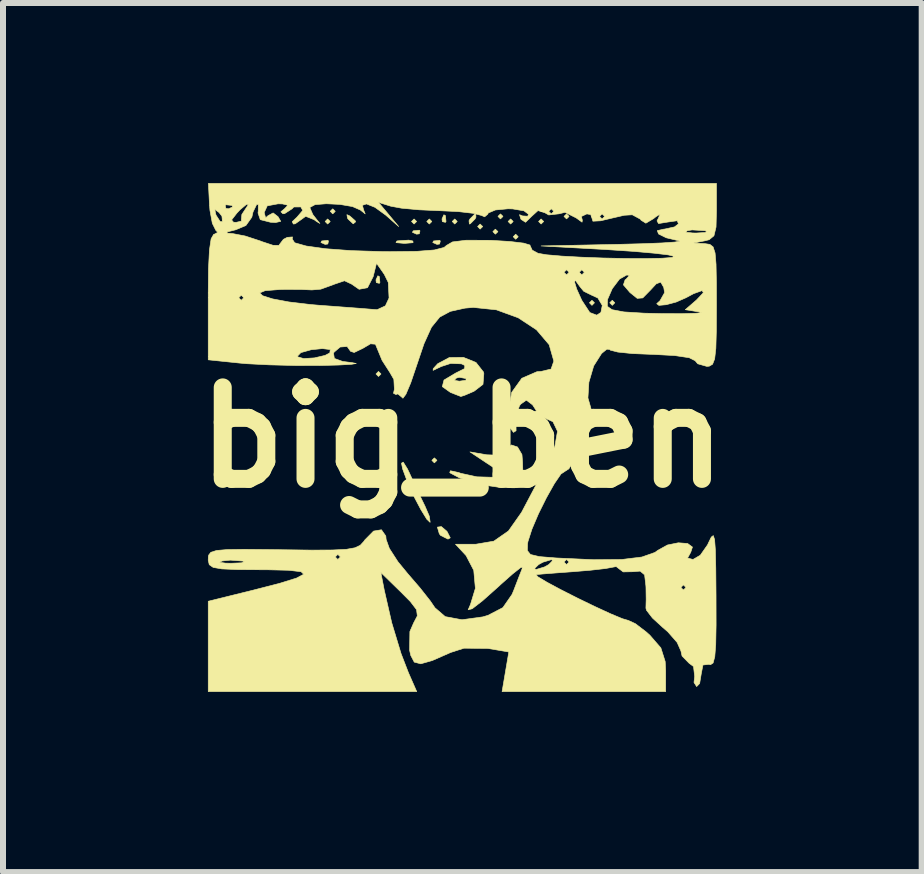
<source format=kicad_pcb>
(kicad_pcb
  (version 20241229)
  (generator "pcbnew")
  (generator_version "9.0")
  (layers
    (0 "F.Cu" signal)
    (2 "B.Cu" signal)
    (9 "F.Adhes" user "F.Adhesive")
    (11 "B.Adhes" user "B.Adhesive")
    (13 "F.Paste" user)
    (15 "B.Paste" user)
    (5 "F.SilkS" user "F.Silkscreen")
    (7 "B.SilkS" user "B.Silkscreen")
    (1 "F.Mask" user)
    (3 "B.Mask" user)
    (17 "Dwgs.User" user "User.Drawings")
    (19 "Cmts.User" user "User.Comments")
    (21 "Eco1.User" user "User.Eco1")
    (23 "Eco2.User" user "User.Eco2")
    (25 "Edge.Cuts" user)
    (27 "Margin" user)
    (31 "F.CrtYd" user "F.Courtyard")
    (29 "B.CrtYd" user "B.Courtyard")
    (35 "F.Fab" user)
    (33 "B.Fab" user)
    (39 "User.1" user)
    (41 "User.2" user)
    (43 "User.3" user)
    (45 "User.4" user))
  (footprint "big_ben"
    (layer "F.Cu")
    (at 4.652 4.238)
    (property "Reference" "big_ben" (at 0 0 0) (layer "F.SilkS") (effects (font (size 1.524 1.524) (thickness 0.3))))
    (attr through_hole)
    (fp_poly (pts (xy -2.201 -3.598) (xy -2.244 -3.556) (xy -2.286 -3.598) (xy -2.244 -3.641) (xy -2.201 -3.598)) (stroke (width 0.01) (type solid)) (fill yes) (layer "F.SilkS"))
    (fp_poly (pts (xy -2.117 -3.768) (xy -2.159 -3.725) (xy -2.201 -3.768) (xy -2.159 -3.81) (xy -2.117 -3.768)) (stroke (width 0.01) (type solid)) (fill yes) (layer "F.SilkS"))
    (fp_poly (pts (xy -1.355 -1.058) (xy -1.397 -1.016) (xy -1.439 -1.058) (xy -1.397 -1.101) (xy -1.355 -1.058)) (stroke (width 0.01) (type solid)) (fill yes) (layer "F.SilkS"))
    (fp_poly (pts (xy -0.762 -3.598) (xy -0.804 -3.556) (xy -0.847 -3.598) (xy -0.804 -3.641) (xy -0.762 -3.598)) (stroke (width 0.01) (type solid)) (fill yes) (layer "F.SilkS"))
    (fp_poly (pts (xy -0.508 -3.598) (xy -0.55 -3.556) (xy -0.593 -3.598) (xy -0.55 -3.641) (xy -0.508 -3.598)) (stroke (width 0.01) (type solid)) (fill yes) (layer "F.SilkS"))
    (fp_poly (pts (xy -0.423 0.381) (xy -0.466 0.423) (xy -0.508 0.381) (xy -0.466 0.339) (xy -0.423 0.381)) (stroke (width 0.01) (type solid)) (fill yes) (layer "F.SilkS"))
    (fp_poly (pts (xy -0.085 -3.598) (xy -0.127 -3.556) (xy -0.169 -3.598) (xy -0.127 -3.641) (xy -0.085 -3.598)) (stroke (width 0.01) (type solid)) (fill yes) (layer "F.SilkS"))
    (fp_poly (pts (xy 0.339 -3.514) (xy 0.296 -3.471) (xy 0.254 -3.514) (xy 0.296 -3.556) (xy 0.339 -3.514)) (stroke (width 0.01) (type solid)) (fill yes) (layer "F.SilkS"))
    (fp_poly (pts (xy 0.593 -3.429) (xy 0.55 -3.387) (xy 0.508 -3.429) (xy 0.55 -3.471) (xy 0.593 -3.429)) (stroke (width 0.01) (type solid)) (fill yes) (layer "F.SilkS"))
    (fp_poly (pts (xy 0.677 -3.683) (xy 0.635 -3.641) (xy 0.593 -3.683) (xy 0.635 -3.725) (xy 0.677 -3.683)) (stroke (width 0.01) (type solid)) (fill yes) (layer "F.SilkS"))
    (fp_poly (pts (xy 0.847 -3.598) (xy 0.804 -3.556) (xy 0.762 -3.598) (xy 0.804 -3.641) (xy 0.847 -3.598)) (stroke (width 0.01) (type solid)) (fill yes) (layer "F.SilkS"))
    (fp_poly (pts (xy 0.931 -3.344) (xy 0.889 -3.302) (xy 0.847 -3.344) (xy 0.889 -3.387) (xy 0.931 -3.344)) (stroke (width 0.01) (type solid)) (fill yes) (layer "F.SilkS"))
    (fp_poly (pts (xy 1.355 -3.598) (xy 1.312 -3.556) (xy 1.27 -3.598) (xy 1.312 -3.641) (xy 1.355 -3.598)) (stroke (width 0.01) (type solid)) (fill yes) (layer "F.SilkS"))
    (fp_poly (pts (xy 1.778 -3.683) (xy 1.736 -3.641) (xy 1.693 -3.683) (xy 1.736 -3.725) (xy 1.778 -3.683)) (stroke (width 0.01) (type solid)) (fill yes) (layer "F.SilkS"))
    (fp_poly (pts (xy 2.201 -2.244) (xy 2.159 -2.201) (xy 2.117 -2.244) (xy 2.159 -2.286) (xy 2.201 -2.244)) (stroke (width 0.01) (type solid)) (fill yes) (layer "F.SilkS"))
    (fp_poly (pts (xy 2.54 -2.244) (xy 2.498 -2.201) (xy 2.455 -2.244) (xy 2.498 -2.286) (xy 2.54 -2.244)) (stroke (width 0.01) (type solid)) (fill yes) (layer "F.SilkS"))
    (fp_poly (pts (xy -2.23 -3.274) (xy -2.241 -3.223) (xy -2.286 -3.217) (xy -2.356 -3.248) (xy -2.342 -3.274) (xy -2.242 -3.284) (xy -2.23 -3.274)) (stroke (width 0.01) (type solid)) (fill yes) (layer "F.SilkS"))
    (fp_poly (pts (xy -1.383 -2.681) (xy -1.373 -2.581) (xy -1.383 -2.568) (xy -1.433 -2.58) (xy -1.439 -2.625) (xy -1.408 -2.694) (xy -1.383 -2.681)) (stroke (width 0.01) (type solid)) (fill yes) (layer "F.SilkS"))
    (fp_poly (pts (xy -0.706 -3.443) (xy -0.717 -3.393) (xy -0.762 -3.387) (xy -0.832 -3.418) (xy -0.818 -3.443) (xy -0.718 -3.453) (xy -0.706 -3.443)) (stroke (width 0.01) (type solid)) (fill yes) (layer "F.SilkS"))
    (fp_poly (pts (xy -0.367 -3.274) (xy -0.379 -3.223) (xy -0.423 -3.217) (xy -0.493 -3.248) (xy -0.48 -3.274) (xy -0.379 -3.284) (xy -0.367 -3.274)) (stroke (width 0.01) (type solid)) (fill yes) (layer "F.SilkS"))
    (fp_poly (pts (xy -0.282 -3.697) (xy -0.272 -3.597) (xy -0.282 -3.584) (xy -0.333 -3.596) (xy -0.339 -3.641) (xy -0.308 -3.71) (xy -0.282 -3.697)) (stroke (width 0.01) (type solid)) (fill yes) (layer "F.SilkS"))
    (fp_poly (pts (xy -1.876 -3.691) (xy -1.786 -3.612) (xy -1.778 -3.593) (xy -1.818 -3.559) (xy -1.902 -3.637) (xy -1.913 -3.654) (xy -1.923 -3.712) (xy -1.876 -3.691)) (stroke (width 0.01) (type solid)) (fill yes) (layer "F.SilkS"))
    (fp_poly (pts (xy -0.256 1.564) (xy -0.201 1.671) (xy -0.239 1.693) (xy -0.363 1.631) (xy -0.384 1.603) (xy -0.416 1.493) (xy -0.35 1.484) (xy -0.256 1.564)) (stroke (width 0.01) (type solid)) (fill yes) (layer "F.SilkS"))
    (fp_poly (pts (xy -0.824 -3.273) (xy -0.821 -3.245) (xy -0.954 -3.234) (xy -0.974 -3.234) (xy -1.105 -3.246) (xy -1.092 -3.272) (xy -1.078 -3.276) (xy -0.893 -3.288) (xy -0.824 -3.273)) (stroke (width 0.01) (type solid)) (fill yes) (layer "F.SilkS"))
    (fp_poly (pts (xy 0.227 -3.671) (xy 0.212 -3.641) (xy 0.132 -3.56) (xy 0.117 -3.556) (xy 0.111 -3.611) (xy 0.127 -3.641) (xy 0.207 -3.722) (xy 0.222 -3.725) (xy 0.227 -3.671)) (stroke (width 0.01) (type solid)) (fill yes) (layer "F.SilkS"))
    (fp_poly (pts (xy -0.914 0.524) (xy -0.881 0.593) (xy -0.756 0.867) (xy -0.632 1.124) (xy -0.627 1.133) (xy -0.551 1.31) (xy -0.536 1.41) (xy -0.538 1.413) (xy -0.591 1.363) (xy -0.692 1.199) (xy -0.795 1.004) (xy -0.915 0.74) (xy -0.995 0.523) (xy -1.014 0.428) (xy -0.985 0.41) (xy -0.914 0.524)) (stroke (width 0.01) (type solid)) (fill yes) (layer "F.SilkS"))
    (fp_poly (pts (xy 0.919 0.158) (xy 0.993 0.284) (xy 1.003 0.413) (xy 1.009 0.621) (xy 1.045 0.741) (xy 1.021 0.807) (xy 0.871 0.838) (xy 0.634 0.833) (xy 0.35 0.791) (xy 0.169 0.748) (xy -0.051 0.671) (xy -0.2 0.592) (xy -0.21 0.584) (xy -0.199 0.554) (xy -0.065 0.583) (xy -0.025 0.597) (xy 0.242 0.655) (xy 0.481 0.662) (xy 0.72 0.635) (xy 0.423 0.437) (xy 0.127 0.24) (xy 0.405 0.288) (xy 0.628 0.296) (xy 0.729 0.218) (xy 0.73 0.216) (xy 0.816 0.124) (xy 0.919 0.158)) (stroke (width 0.01) (type solid)) (fill yes) (layer "F.SilkS"))
    (fp_poly (pts (xy 0.227 -1.25) (xy 0.352 -1.091) (xy 0.358 -1.064) (xy 0.344 -0.885) (xy 0.194 -0.77) (xy 0.038 -0.703) (xy -0.025 -0.683) (xy -0.107 -0.715) (xy -0.197 -0.75) (xy -0.334 -0.847) (xy -0.307 -0.952) (xy -0.133 -0.952) (xy -0.049 -0.938) (xy 0.06 -0.954) (xy 0.062 -0.982) (xy -0.052 -1.003) (xy -0.101 -0.989) (xy -0.133 -0.952) (xy -0.307 -0.952) (xy -0.306 -0.957) (xy -0.115 -1.071) (xy -0.112 -1.073) (xy 0.038 -1.148) (xy 0.041 -1.2) (xy -0.015 -1.227) (xy -0.194 -1.234) (xy -0.353 -1.182) (xy -0.487 -1.118) (xy -0.485 -1.147) (xy -0.41 -1.229) (xy -0.217 -1.332) (xy 0.017 -1.335) (xy 0.227 -1.25)) (stroke (width 0.01) (type solid)) (fill yes) (layer "F.SilkS"))
    (fp_poly (pts (xy 4.233 -3.774) (xy 4.226 -3.505) (xy 4.191 -3.36) (xy 4.112 -3.295) (xy 4.043 -3.277) (xy 3.852 -3.24) (xy 4.043 -3.229) (xy 4.123 -3.217) (xy 4.177 -3.175) (xy 4.21 -3.074) (xy 4.226 -2.886) (xy 4.232 -2.581) (xy 4.233 -2.201) (xy 4.231 -1.772) (xy 4.223 -1.484) (xy 4.203 -1.309) (xy 4.168 -1.22) (xy 4.113 -1.188) (xy 4.071 -1.185) (xy 3.921 -1.228) (xy 3.878 -1.279) (xy 3.779 -1.329) (xy 3.538 -1.365) (xy 3.182 -1.384) (xy 3.152 -1.385) (xy 2.832 -1.398) (xy 2.59 -1.423) (xy 2.465 -1.455) (xy 2.456 -1.467) (xy 2.407 -1.471) (xy 2.319 -1.399) (xy 2.188 -1.192) (xy 2.108 -0.921) (xy 2.092 -0.659) (xy 2.135 -0.51) (xy 2.17 -0.383) (xy 2.133 -0.195) (xy 2.016 0.094) (xy 2.004 0.12) (xy 1.879 0.364) (xy 1.773 0.523) (xy 1.712 0.562) (xy 1.643 0.608) (xy 1.532 0.77) (xy 1.4 1.005) (xy 1.268 1.271) (xy 1.159 1.527) (xy 1.093 1.732) (xy 1.086 1.77) (xy 1.083 1.884) (xy 1.135 1.949) (xy 1.282 1.984) (xy 1.561 2.007) (xy 1.566 2.007) (xy 2.187 2.036) (xy 2.657 2.032) (xy 2.991 1.991) (xy 3.207 1.915) (xy 3.256 1.88) (xy 3.416 1.791) (xy 3.598 1.754) (xy 3.753 1.766) (xy 3.833 1.825) (xy 3.805 1.911) (xy 3.752 2.008) (xy 3.842 2.032) (xy 3.842 2.032) (xy 3.964 1.961) (xy 4.085 1.788) (xy 4.099 1.757) (xy 4.147 1.659) (xy 4.18 1.634) (xy 4.202 1.7) (xy 4.215 1.876) (xy 4.222 2.183) (xy 4.226 2.639) (xy 4.226 2.655) (xy 4.227 3.125) (xy 4.221 3.45) (xy 4.205 3.652) (xy 4.177 3.756) (xy 4.134 3.785) (xy 4.106 3.779) (xy 4.008 3.79) (xy 3.979 3.94) (xy 3.953 4.098) (xy 3.903 4.149) (xy 3.859 4.081) (xy 3.87 3.98) (xy 3.851 3.815) (xy 3.777 3.76) (xy 3.66 3.64) (xy 3.641 3.556) (xy 3.578 3.414) (xy 3.422 3.236) (xy 3.344 3.169) (xy 3.167 3.007) (xy 3.067 2.877) (xy 3.058 2.842) (xy 3.062 2.699) (xy 3.059 2.498) (xy 3.641 2.498) (xy 3.683 2.54) (xy 3.725 2.498) (xy 3.683 2.455) (xy 3.641 2.498) (xy 3.059 2.498) (xy 3.058 2.48) (xy 3.058 2.475) (xy 3.036 2.288) (xy 2.962 2.226) (xy 2.836 2.236) (xy 2.679 2.239) (xy 2.625 2.198) (xy 2.563 2.15) (xy 2.519 2.158) (xy 2.384 2.183) (xy 2.136 2.211) (xy 1.863 2.234) (xy 1.566 2.256) (xy 1.335 2.274) (xy 1.228 2.284) (xy 1.259 2.321) (xy 1.408 2.41) (xy 1.639 2.534) (xy 1.917 2.675) (xy 2.204 2.814) (xy 2.466 2.935) (xy 2.665 3.018) (xy 2.764 3.047) (xy 2.882 3.101) (xy 3.059 3.236) (xy 3.124 3.294) (xy 3.307 3.505) (xy 3.379 3.732) (xy 3.387 3.886) (xy 3.387 4.233) (xy 0.662 4.233) (xy 0.718 3.903) (xy 0.774 3.573) (xy 0.426 3.514) (xy 0.027 3.51) (xy -0.194 3.581) (xy -0.502 3.716) (xy -0.693 3.77) (xy -0.801 3.742) (xy -0.859 3.631) (xy -0.879 3.544) (xy -0.874 3.232) (xy -0.811 3.088) (xy -0.75 2.972) (xy -0.763 2.868) (xy -0.867 2.732) (xy -1.023 2.575) (xy -1.358 2.248) (xy -1.301 2.542) (xy -1.176 3.088) (xy -1.021 3.6) (xy -0.899 3.916) (xy -0.76 4.233) (xy -4.233 4.233) (xy -4.233 2.728) (xy -3.489 2.544) (xy -3.042 2.429) (xy -2.76 2.341) (xy -2.642 2.278) (xy -2.686 2.236) (xy -2.892 2.212) (xy -3.258 2.203) (xy -3.365 2.203) (xy -3.756 2.2) (xy -4.008 2.189) (xy -4.151 2.164) (xy -4.216 2.119) (xy -4.225 2.079) (xy -4.046 2.079) (xy -3.945 2.093) (xy -3.852 2.095) (xy -3.678 2.088) (xy -3.633 2.069) (xy -3.661 2.058) (xy -3.864 2.043) (xy -4 2.057) (xy -4.046 2.079) (xy -4.225 2.079) (xy -4.233 2.048) (xy -4.233 2.026) (xy -4.23 1.99) (xy -2.117 1.99) (xy -2.074 2.032) (xy -2.032 1.99) (xy -2.074 1.947) (xy -2.117 1.99) (xy -4.23 1.99) (xy -4.226 1.959) (xy -4.189 1.912) (xy -4.094 1.882) (xy -3.918 1.867) (xy -3.635 1.863) (xy -3.219 1.867) (xy -2.989 1.87) (xy -2.505 1.876) (xy -2.162 1.874) (xy -1.933 1.863) (xy -1.788 1.837) (xy -1.7 1.795) (xy -1.642 1.732) (xy -1.624 1.706) (xy -1.479 1.559) (xy -1.348 1.537) (xy -1.275 1.641) (xy -1.27 1.697) (xy -1.216 1.848) (xy -1.074 2.068) (xy -0.91 2.268) (xy -0.704 2.507) (xy -0.536 2.72) (xy -0.457 2.836) (xy -0.285 2.984) (xy -0.006 3.036) (xy 0.342 2.988) (xy 0.428 2.962) (xy 0.675 2.834) (xy 0.827 2.615) (xy 0.854 2.552) (xy 0.939 2.331) (xy 0.997 2.184) (xy 1.202 2.184) (xy 1.228 2.199) (xy 1.367 2.157) (xy 1.439 2.117) (xy 1.482 2.074) (xy 1.693 2.074) (xy 1.736 2.117) (xy 1.778 2.074) (xy 1.736 2.032) (xy 1.693 2.074) (xy 1.482 2.074) (xy 1.507 2.05) (xy 1.482 2.035) (xy 1.343 2.077) (xy 1.27 2.117) (xy 1.202 2.184) (xy 0.997 2.184) (xy 1 2.177) (xy 1.007 2.159) (xy 0.969 2.169) (xy 0.836 2.274) (xy 0.635 2.452) (xy 0.609 2.477) (xy 0.336 2.72) (xy 0.164 2.853) (xy 0.097 2.87) (xy 0.136 2.78) (xy 0.217 2.513) (xy 0.19 2.213) (xy 0.063 1.969) (xy 0.063 1.968) (xy -0.114 1.778) (xy 0.224 1.778) (xy 0.524 1.727) (xy 0.768 1.557) (xy 0.987 1.246) (xy 1.026 1.172) (xy 1.132 0.971) (xy 1.278 0.694) (xy 1.38 0.501) (xy 1.541 0.146) (xy 1.585 -0.104) (xy 1.509 -0.263) (xy 1.313 -0.349) (xy 1.312 -0.349) (xy 1.17 -0.388) (xy 1.158 -0.412) (xy 1.168 -0.413) (xy 1.234 -0.444) (xy 1.172 -0.54) (xy 1.168 -0.545) (xy 1.066 -0.622) (xy 0.973 -0.556) (xy 0.952 -0.528) (xy 0.885 -0.344) (xy 0.894 -0.237) (xy 0.895 -0.113) (xy 0.852 -0.085) (xy 0.796 -0.16) (xy 0.764 -0.347) (xy 0.762 -0.423) (xy 0.823 -0.753) (xy 0.991 -0.987) (xy 1.243 -1.096) (xy 1.312 -1.101) (xy 1.478 -1.14) (xy 1.524 -1.273) (xy 1.446 -1.546) (xy 1.235 -1.794) (xy 0.929 -1.995) (xy 0.566 -2.127) (xy 0.182 -2.167) (xy 0.043 -2.155) (xy -0.2 -2.101) (xy -0.377 -2.006) (xy -0.515 -1.836) (xy -0.639 -1.562) (xy -0.765 -1.19) (xy -0.86 -0.91) (xy -0.94 -0.721) (xy -0.99 -0.654) (xy -0.997 -0.662) (xy -1.074 -0.726) (xy -1.107 -0.716) (xy -1.147 -0.736) (xy -1.132 -0.803) (xy -1.141 -0.968) (xy -1.207 -1.083) (xy -1.337 -1.285) (xy -1.394 -1.423) (xy -1.448 -1.554) (xy -1.53 -1.561) (xy -1.658 -1.485) (xy -1.802 -1.416) (xy -1.863 -1.436) (xy -1.863 -1.437) (xy -1.919 -1.516) (xy -2.036 -1.507) (xy -2.137 -1.421) (xy -2.146 -1.402) (xy -2.132 -1.317) (xy -1.994 -1.267) (xy -1.837 -1.247) (xy -1.767 -1.233) (xy -1.848 -1.219) (xy -2.061 -1.207) (xy -2.337 -1.2) (xy -2.774 -1.199) (xy -3.215 -1.21) (xy -3.589 -1.229) (xy -3.713 -1.24) (xy -4.233 -1.294) (xy -4.233 -1.353) (xy -2.749 -1.353) (xy -2.746 -1.345) (xy -2.645 -1.315) (xy -2.464 -1.326) (xy -2.286 -1.368) (xy -2.208 -1.409) (xy -2.2 -1.465) (xy -2.332 -1.481) (xy -2.518 -1.462) (xy -2.69 -1.414) (xy -2.749 -1.353) (xy -4.233 -1.353) (xy -4.233 -2.328) (xy -3.725 -2.328) (xy -3.683 -2.286) (xy -3.641 -2.328) (xy -3.683 -2.371) (xy -3.725 -2.328) (xy -4.233 -2.328) (xy -4.233 -2.34) (xy -4.233 -2.409) (xy -3.375 -2.409) (xy -3.329 -2.362) (xy -3.161 -2.309) (xy -2.889 -2.258) (xy -2.528 -2.215) (xy -2.4 -2.204) (xy -2.027 -2.176) (xy -1.707 -2.152) (xy -1.486 -2.134) (xy -1.42 -2.129) (xy -1.282 -2.193) (xy -1.221 -2.324) (xy -1.234 -2.583) (xy -1.239 -2.593) (xy 1.868 -2.593) (xy 1.905 -2.473) (xy 1.988 -2.289) (xy 1.992 -2.282) (xy 2.123 -2.082) (xy 2.239 -2.038) (xy 2.308 -2.083) (xy 2.328 -2.185) (xy 2.415 -2.185) (xy 2.494 -2.129) (xy 2.691 -2.092) (xy 3.027 -2.071) (xy 3.324 -2.064) (xy 3.654 -2.063) (xy 3.881 -2.069) (xy 3.982 -2.079) (xy 3.952 -2.091) (xy 3.714 -2.129) (xy 3.902 -2.292) (xy 4.015 -2.412) (xy 3.994 -2.447) (xy 3.852 -2.396) (xy 3.725 -2.328) (xy 3.561 -2.256) (xy 3.396 -2.212) (xy 3.274 -2.201) (xy 3.238 -2.229) (xy 3.293 -2.279) (xy 3.369 -2.413) (xy 3.355 -2.5) (xy 3.304 -2.589) (xy 3.229 -2.559) (xy 3.131 -2.453) (xy 3.005 -2.325) (xy 2.913 -2.318) (xy 2.792 -2.415) (xy 2.683 -2.543) (xy 2.711 -2.626) (xy 2.728 -2.638) (xy 2.782 -2.698) (xy 2.74 -2.708) (xy 2.619 -2.64) (xy 2.497 -2.479) (xy 2.418 -2.298) (xy 2.415 -2.185) (xy 2.328 -2.185) (xy 2.331 -2.2) (xy 2.257 -2.324) (xy 2.154 -2.371) (xy 2.022 -2.436) (xy 1.954 -2.519) (xy 1.883 -2.619) (xy 1.868 -2.593) (xy -1.239 -2.593) (xy -1.3 -2.717) (xy -1.324 -2.752) (xy 1.693 -2.752) (xy 1.736 -2.709) (xy 1.778 -2.752) (xy 1.947 -2.752) (xy 1.99 -2.709) (xy 2.032 -2.752) (xy 1.99 -2.794) (xy 1.947 -2.752) (xy 1.778 -2.752) (xy 1.736 -2.794) (xy 1.693 -2.752) (xy -1.324 -2.752) (xy -1.43 -2.903) (xy -1.486 -2.679) (xy -1.58 -2.495) (xy -1.72 -2.469) (xy -1.844 -2.555) (xy -1.963 -2.611) (xy -2.137 -2.552) (xy -2.145 -2.548) (xy -2.358 -2.471) (xy -2.506 -2.458) (xy -2.69 -2.466) (xy -2.954 -2.467) (xy -3.044 -2.465) (xy -3.285 -2.446) (xy -3.375 -2.409) (xy -4.233 -2.409) (xy -4.229 -2.807) (xy -4.213 -3.124) (xy -4.185 -3.31) (xy -4.142 -3.385) (xy -4.128 -3.388) (xy -4.074 -3.418) (xy -4.079 -3.423) (xy -3.924 -3.423) (xy -3.913 -3.404) (xy -3.828 -3.397) (xy -3.619 -3.357) (xy -3.366 -3.274) (xy -3.342 -3.264) (xy -3.154 -3.202) (xy -3.054 -3.201) (xy -3.048 -3.213) (xy -2.981 -3.301) (xy -2.917 -3.334) (xy -2.829 -3.341) (xy -2.834 -3.306) (xy -2.793 -3.244) (xy -2.602 -3.19) (xy -2.282 -3.145) (xy -1.853 -3.113) (xy -1.333 -3.097) (xy -1.204 -3.096) (xy -0.759 -3.101) (xy -0.466 -3.124) (xy -0.304 -3.166) (xy -0.265 -3.199) (xy -0.164 -3.258) (xy 0.062 -3.286) (xy 0.433 -3.285) (xy 0.485 -3.284) (xy 0.795 -3.265) (xy 1.021 -3.238) (xy 1.127 -3.206) (xy 1.129 -3.195) (xy 1.164 -3.121) (xy 1.262 -3.068) (xy 1.401 -3.044) (xy 1.652 -3.022) (xy 1.978 -3.004) (xy 2.344 -2.99) (xy 2.715 -2.982) (xy 3.054 -2.981) (xy 3.326 -2.986) (xy 3.495 -2.999) (xy 3.53 -3.017) (xy 3.43 -3.042) (xy 3.195 -3.07) (xy 2.858 -3.1) (xy 2.453 -3.127) (xy 2.395 -3.131) (xy 1.312 -3.191) (xy 2.582 -3.217) (xy 3 -3.228) (xy 3.327 -3.241) (xy 3.543 -3.256) (xy 3.623 -3.271) (xy 3.598 -3.279) (xy 3.396 -3.327) (xy 3.269 -3.39) (xy 3.257 -3.42) (xy 3.72 -3.42) (xy 3.837 -3.407) (xy 3.895 -3.406) (xy 4.049 -3.415) (xy 4.067 -3.437) (xy 4.043 -3.445) (xy 3.828 -3.458) (xy 3.747 -3.445) (xy 3.72 -3.42) (xy 3.257 -3.42) (xy 3.247 -3.446) (xy 3.356 -3.471) (xy 3.365 -3.471) (xy 3.535 -3.508) (xy 3.6 -3.559) (xy 3.58 -3.611) (xy 3.423 -3.589) (xy 3.268 -3.564) (xy 3.243 -3.609) (xy 3.263 -3.649) (xy 3.295 -3.721) (xy 3.226 -3.679) (xy 3.185 -3.646) (xy 3.057 -3.57) (xy 2.977 -3.62) (xy 2.966 -3.637) (xy 2.831 -3.71) (xy 2.697 -3.702) (xy 2.447 -3.644) (xy 2.305 -3.61) (xy 2.175 -3.603) (xy 2.162 -3.645) (xy 2.149 -3.683) (xy 2.286 -3.683) (xy 2.328 -3.641) (xy 2.371 -3.683) (xy 2.328 -3.725) (xy 2.286 -3.683) (xy 2.149 -3.683) (xy 2.139 -3.713) (xy 2.074 -3.725) (xy 1.983 -3.682) (xy 1.999 -3.619) (xy 1.994 -3.587) (xy 1.896 -3.658) (xy 1.71 -3.751) (xy 1.61 -3.726) (xy 1.439 -3.707) (xy 1.376 -3.743) (xy 1.298 -3.768) (xy 1.439 -3.768) (xy 1.482 -3.725) (xy 1.524 -3.768) (xy 1.482 -3.81) (xy 1.439 -3.768) (xy 1.298 -3.768) (xy 1.26 -3.78) (xy 1.153 -3.683) (xy 1.053 -3.585) (xy 0.979 -3.633) (xy 0.974 -3.641) (xy 0.952 -3.712) (xy 1.003 -3.691) (xy 1.09 -3.686) (xy 1.101 -3.72) (xy 1.026 -3.776) (xy 0.838 -3.808) (xy 0.762 -3.81) (xy 0.55 -3.79) (xy 0.432 -3.74) (xy 0.423 -3.72) (xy 0.371 -3.676) (xy 0.318 -3.699) (xy 0.184 -3.734) (xy -0.065 -3.763) (xy -0.378 -3.778) (xy -0.388 -3.778) (xy -0.721 -3.793) (xy -1.012 -3.82) (xy -1.192 -3.853) (xy -1.397 -3.917) (xy -1.228 -3.715) (xy -1.06 -3.514) (xy -1.276 -3.704) (xy -1.455 -3.834) (xy -1.597 -3.891) (xy -1.665 -3.868) (xy -1.644 -3.789) (xy -1.618 -3.725) (xy -1.693 -3.785) (xy -1.698 -3.789) (xy -1.83 -3.847) (xy -2.04 -3.883) (xy -2.267 -3.894) (xy -2.454 -3.879) (xy -2.539 -3.833) (xy -2.54 -3.827) (xy -2.49 -3.713) (xy -2.434 -3.641) (xy -2.373 -3.565) (xy -2.431 -3.6) (xy -2.469 -3.628) (xy -2.61 -3.685) (xy -2.664 -3.645) (xy -2.784 -3.56) (xy -2.815 -3.556) (xy -2.834 -3.595) (xy -2.755 -3.67) (xy -2.659 -3.782) (xy -2.691 -3.841) (xy -2.808 -3.84) (xy -2.835 -3.811) (xy -2.96 -3.73) (xy -2.989 -3.727) (xy -3.023 -3.76) (xy -2.963 -3.81) (xy -2.906 -3.869) (xy -2.995 -3.891) (xy -3.069 -3.893) (xy -3.25 -3.859) (xy -3.301 -3.747) (xy -3.277 -3.659) (xy -3.237 -3.695) (xy -3.152 -3.741) (xy -3.071 -3.679) (xy -3.025 -3.601) (xy -3.111 -3.581) (xy -3.198 -3.586) (xy -3.366 -3.629) (xy -3.404 -3.74) (xy -3.4 -3.771) (xy -3.399 -3.881) (xy -3.427 -3.881) (xy -3.487 -3.757) (xy -3.507 -3.67) (xy -3.606 -3.531) (xy -3.776 -3.46) (xy -3.924 -3.423) (xy -4.079 -3.423) (xy -4.107 -3.451) (xy -4.165 -3.568) (xy -4.205 -3.786) (xy -4.206 -3.801) (xy -4.125 -3.801) (xy -4.107 -3.717) (xy -4.101 -3.701) (xy -4.034 -3.597) (xy -3.996 -3.596) (xy -3.999 -3.624) (xy -3.844 -3.624) (xy -3.812 -3.586) (xy -3.768 -3.584) (xy -3.678 -3.605) (xy -3.682 -3.626) (xy -3.673 -3.716) (xy -3.63 -3.781) (xy -3.564 -3.881) (xy -3.598 -3.882) (xy -3.702 -3.795) (xy -3.755 -3.739) (xy -3.844 -3.624) (xy -3.999 -3.624) (xy -4.005 -3.686) (xy -4.053 -3.748) (xy -4.125 -3.801) (xy -4.206 -3.801) (xy -4.211 -3.866) (xy -3.951 -3.866) (xy -3.939 -3.816) (xy -3.895 -3.81) (xy -3.825 -3.841) (xy -3.838 -3.866) (xy -3.939 -3.877) (xy -3.951 -3.866) (xy -4.211 -3.866) (xy -4.212 -3.873) (xy -4.23 -4.233) (xy 4.233 -4.233) (xy 4.233 -3.774)) (stroke (width 0.01) (type solid)) (fill yes) (layer "F.SilkS")))
  (gr_rect
    (start -3 -3)
    (end 12.304 11.477)
    (stroke (width 0.1) (type default))
    (fill no)
    (layer "Edge.Cuts")))
</source>
